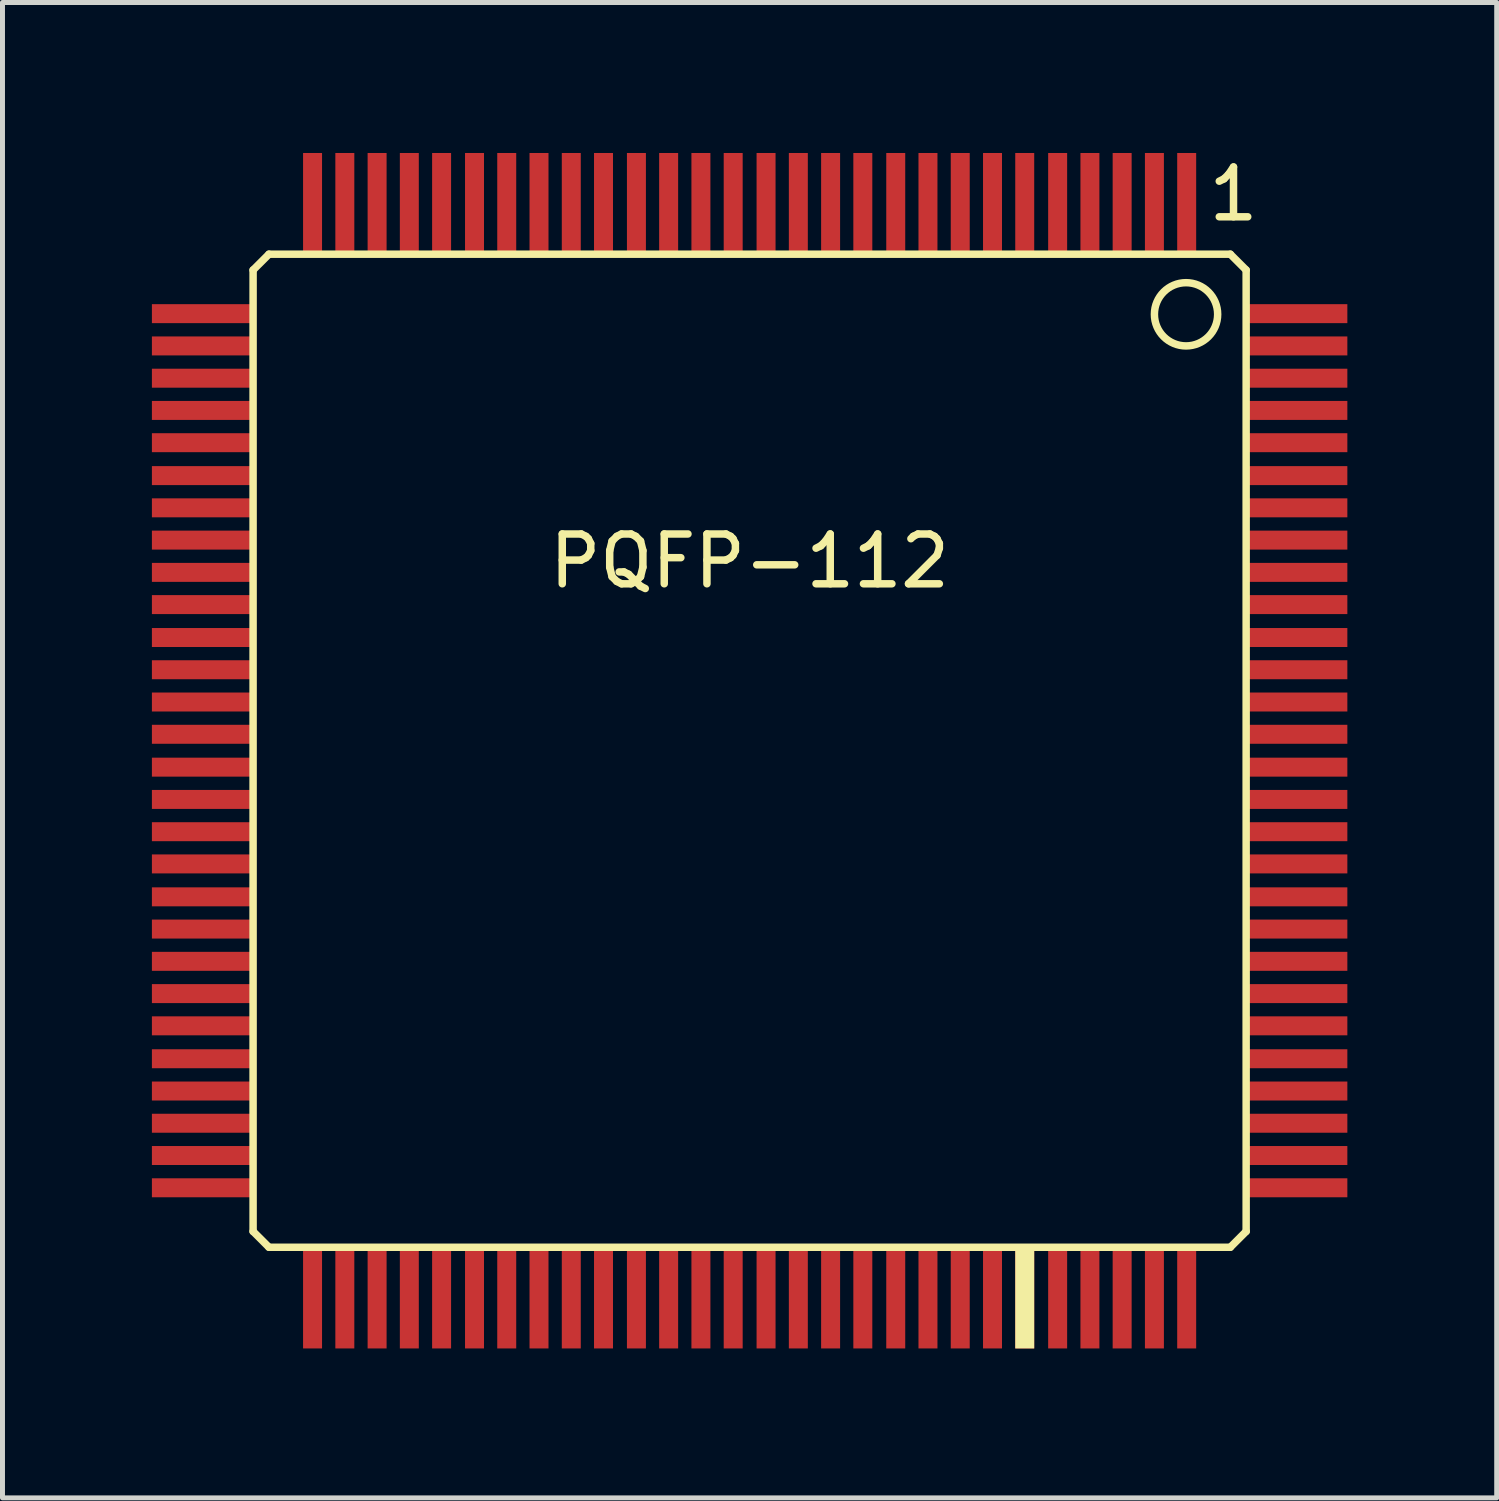
<source format=kicad_pcb>
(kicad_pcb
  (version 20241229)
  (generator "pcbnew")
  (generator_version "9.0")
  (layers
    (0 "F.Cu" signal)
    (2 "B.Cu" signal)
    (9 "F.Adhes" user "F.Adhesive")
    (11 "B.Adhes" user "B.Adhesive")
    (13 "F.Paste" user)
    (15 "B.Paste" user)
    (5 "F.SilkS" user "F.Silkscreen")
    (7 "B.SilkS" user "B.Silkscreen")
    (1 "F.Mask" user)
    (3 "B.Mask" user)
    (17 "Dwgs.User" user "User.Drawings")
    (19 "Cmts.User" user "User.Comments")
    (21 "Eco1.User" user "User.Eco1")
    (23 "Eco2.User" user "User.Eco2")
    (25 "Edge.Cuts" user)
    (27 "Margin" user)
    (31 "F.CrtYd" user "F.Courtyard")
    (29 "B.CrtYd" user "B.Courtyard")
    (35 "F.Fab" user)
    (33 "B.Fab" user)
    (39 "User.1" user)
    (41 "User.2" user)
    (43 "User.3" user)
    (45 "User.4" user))
  (footprint "PQFP-112"
    (layer "F.Cu")
    (at 12.002 12.024)
    (property "Reference" "PQFP-112" (at 0 -3.807 0) (layer "F.SilkS") (effects (font (size 1 1) (thickness 0.15))))
    (attr smd)
    (fp_line (start -9.97 -9.652) (end -9.97 9.652) (stroke (width 0.15) (type solid)) (layer "F.SilkS"))
    (fp_line (start -9.97 -9.652) (end -9.652 -9.97) (stroke (width 0.15) (type solid)) (layer "F.SilkS"))
    (fp_line (start -9.97 9.652) (end -9.652 9.97) (stroke (width 0.15) (type solid)) (layer "F.SilkS"))
    (fp_line (start -9.652 -9.97) (end 9.652 -9.97) (stroke (width 0.15) (type solid)) (layer "F.SilkS"))
    (fp_line (start 9.652 9.97) (end -9.652 9.97) (stroke (width 0.15) (type solid)) (layer "F.SilkS"))
    (fp_line (start 9.97 -9.652) (end 9.652 -9.97) (stroke (width 0.15) (type solid)) (layer "F.SilkS"))
    (fp_line (start 9.97 9.652) (end 9.652 9.97) (stroke (width 0.15) (type solid)) (layer "F.SilkS"))
    (fp_line (start 9.97 9.652) (end 9.97 -9.652) (stroke (width 0.15) (type solid)) (layer "F.SilkS"))
    (fp_circle (center 8.763 -8.763) (end 8.763 -8.128) (stroke (width 0.15) (type solid)) (fill no) (layer "F.SilkS"))
    (fp_text user "1" (at 9.716 -11.176 0) (layer "F.SilkS") (effects (font (size 1 1) (thickness 0.15))))
    (pad "1" smd rect (at 8.776 -10.986 90) (size 2.032 0.381) (layers "F.Cu" "F.Mask" "F.Paste"))
    (pad "2" smd rect (at 8.128 -10.986 90) (size 2.032 0.381) (layers "F.Cu" "F.Mask" "F.Paste"))
    (pad "3" smd rect (at 7.48 -10.986 90) (size 2.032 0.381) (layers "F.Cu" "F.Mask" "F.Paste"))
    (pad "4" smd rect (at 6.833 -10.986 90) (size 2.032 0.381) (layers "F.Cu" "F.Mask" "F.Paste"))
    (pad "5" smd rect (at 6.185 -10.986 90) (size 2.032 0.381) (layers "F.Cu" "F.Mask" "F.Paste"))
    (pad "6" smd rect (at 5.524 -10.986 90) (size 2.032 0.381) (layers "F.Cu" "F.Mask" "F.Paste"))
    (pad "7" smd rect (at 4.877 -10.986 90) (size 2.032 0.381) (layers "F.Cu" "F.Mask" "F.Paste"))
    (pad "8" smd rect (at 4.229 -10.986 90) (size 2.032 0.381) (layers "F.Cu" "F.Mask" "F.Paste"))
    (pad "9" smd rect (at 3.581 -10.986 90) (size 2.032 0.381) (layers "F.Cu" "F.Mask" "F.Paste"))
    (pad "10" smd rect (at 2.934 -10.986 90) (size 2.032 0.381) (layers "F.Cu" "F.Mask" "F.Paste"))
    (pad "11" smd rect (at 2.273 -10.986 90) (size 2.032 0.381) (layers "F.Cu" "F.Mask" "F.Paste"))
    (pad "12" smd rect (at 1.626 -10.986 90) (size 2.032 0.381) (layers "F.Cu" "F.Mask" "F.Paste"))
    (pad "13" smd rect (at 0.978 -10.986 90) (size 2.032 0.381) (layers "F.Cu" "F.Mask" "F.Paste"))
    (pad "14" smd rect (at 0.33 -10.986 90) (size 2.032 0.381) (layers "F.Cu" "F.Mask" "F.Paste"))
    (pad "15" smd rect (at -0.33 -10.986 90) (size 2.032 0.381) (layers "F.Cu" "F.Mask" "F.Paste"))
    (pad "16" smd rect (at -0.978 -10.986 90) (size 2.032 0.381) (layers "F.Cu" "F.Mask" "F.Paste"))
    (pad "17" smd rect (at -1.626 -10.986 90) (size 2.032 0.381) (layers "F.Cu" "F.Mask" "F.Paste"))
    (pad "18" smd rect (at -2.273 -10.986 90) (size 2.032 0.381) (layers "F.Cu" "F.Mask" "F.Paste"))
    (pad "19" smd rect (at -2.934 -10.986 90) (size 2.032 0.381) (layers "F.Cu" "F.Mask" "F.Paste"))
    (pad "20" smd rect (at -3.581 -10.986 90) (size 2.032 0.381) (layers "F.Cu" "F.Mask" "F.Paste"))
    (pad "21" smd rect (at -4.229 -10.986 90) (size 2.032 0.381) (layers "F.Cu" "F.Mask" "F.Paste"))
    (pad "22" smd rect (at -4.877 -10.986 90) (size 2.032 0.381) (layers "F.Cu" "F.Mask" "F.Paste"))
    (pad "23" smd rect (at -5.524 -10.986 90) (size 2.032 0.381) (layers "F.Cu" "F.Mask" "F.Paste"))
    (pad "24" smd rect (at -6.185 -10.986 90) (size 2.032 0.381) (layers "F.Cu" "F.Mask" "F.Paste"))
    (pad "25" smd rect (at -6.833 -10.986 90) (size 2.032 0.381) (layers "F.Cu" "F.Mask" "F.Paste"))
    (pad "26" smd rect (at -7.48 -10.986 90) (size 2.032 0.381) (layers "F.Cu" "F.Mask" "F.Paste"))
    (pad "27" smd rect (at -8.128 -10.986 90) (size 2.032 0.381) (layers "F.Cu" "F.Mask" "F.Paste"))
    (pad "28" smd rect (at -8.776 -10.986 90) (size 2.032 0.381) (layers "F.Cu" "F.Mask" "F.Paste"))
    (pad "29" smd rect (at -10.986 -8.776) (size 2.032 0.381) (layers "F.Cu" "F.Mask" "F.Paste"))
    (pad "30" smd rect (at -10.986 -8.128) (size 2.032 0.381) (layers "F.Cu" "F.Mask" "F.Paste"))
    (pad "31" smd rect (at -10.986 -7.48) (size 2.032 0.381) (layers "F.Cu" "F.Mask" "F.Paste"))
    (pad "32" smd rect (at -10.986 -6.833) (size 2.032 0.381) (layers "F.Cu" "F.Mask" "F.Paste"))
    (pad "33" smd rect (at -10.986 -6.185) (size 2.032 0.381) (layers "F.Cu" "F.Mask" "F.Paste"))
    (pad "34" smd rect (at -10.986 -5.524) (size 2.032 0.381) (layers "F.Cu" "F.Mask" "F.Paste"))
    (pad "35" smd rect (at -10.986 -4.877) (size 2.032 0.381) (layers "F.Cu" "F.Mask" "F.Paste"))
    (pad "36" smd rect (at -10.986 -4.229) (size 2.032 0.381) (layers "F.Cu" "F.Mask" "F.Paste"))
    (pad "37" smd rect (at -10.986 -3.581) (size 2.032 0.381) (layers "F.Cu" "F.Mask" "F.Paste"))
    (pad "38" smd rect (at -10.986 -2.934) (size 2.032 0.381) (layers "F.Cu" "F.Mask" "F.Paste"))
    (pad "39" smd rect (at -10.986 -2.273) (size 2.032 0.381) (layers "F.Cu" "F.Mask" "F.Paste"))
    (pad "40" smd rect (at -10.986 -1.626) (size 2.032 0.381) (layers "F.Cu" "F.Mask" "F.Paste"))
    (pad "41" smd rect (at -10.986 -0.978) (size 2.032 0.381) (layers "F.Cu" "F.Mask" "F.Paste"))
    (pad "42" smd rect (at -10.986 -0.33) (size 2.032 0.381) (layers "F.Cu" "F.Mask" "F.Paste"))
    (pad "43" smd rect (at -10.986 0.33) (size 2.032 0.381) (layers "F.Cu" "F.Mask" "F.Paste"))
    (pad "44" smd rect (at -10.986 0.978) (size 2.032 0.381) (layers "F.Cu" "F.Mask" "F.Paste"))
    (pad "45" smd rect (at -10.986 1.626) (size 2.032 0.381) (layers "F.Cu" "F.Mask" "F.Paste"))
    (pad "46" smd rect (at -10.986 2.273) (size 2.032 0.381) (layers "F.Cu" "F.Mask" "F.Paste"))
    (pad "47" smd rect (at -10.986 2.934) (size 2.032 0.381) (layers "F.Cu" "F.Mask" "F.Paste"))
    (pad "48" smd rect (at -10.986 3.581) (size 2.032 0.381) (layers "F.Cu" "F.Mask" "F.Paste"))
    (pad "49" smd rect (at -10.986 4.229) (size 2.032 0.381) (layers "F.Cu" "F.Mask" "F.Paste"))
    (pad "50" smd rect (at -10.986 4.877) (size 2.032 0.381) (layers "F.Cu" "F.Mask" "F.Paste"))
    (pad "51" smd rect (at -10.986 5.524) (size 2.032 0.381) (layers "F.Cu" "F.Mask" "F.Paste"))
    (pad "52" smd rect (at -10.986 6.185) (size 2.032 0.381) (layers "F.Cu" "F.Mask" "F.Paste"))
    (pad "53" smd rect (at -10.986 6.833) (size 2.032 0.381) (layers "F.Cu" "F.Mask" "F.Paste"))
    (pad "54" smd rect (at -10.986 7.48) (size 2.032 0.381) (layers "F.Cu" "F.Mask" "F.Paste"))
    (pad "55" smd rect (at -10.986 8.128) (size 2.032 0.381) (layers "F.Cu" "F.Mask" "F.Paste"))
    (pad "56" smd rect (at -10.986 8.776) (size 2.032 0.381) (layers "F.Cu" "F.Mask" "F.Paste"))
    (pad "57" smd rect (at -8.776 10.986 90) (size 2.032 0.381) (layers "F.Cu" "F.Mask" "F.Paste"))
    (pad "58" smd rect (at -8.128 10.986 90) (size 2.032 0.381) (layers "F.Cu" "F.Mask" "F.Paste"))
    (pad "59" smd rect (at -7.48 10.986 90) (size 2.032 0.381) (layers "F.Cu" "F.Mask" "F.Paste"))
    (pad "60" smd rect (at -6.833 10.986 90) (size 2.032 0.381) (layers "F.Cu" "F.Mask" "F.Paste"))
    (pad "61" smd rect (at -6.185 10.986 90) (size 2.032 0.381) (layers "F.Cu" "F.Mask" "F.Paste"))
    (pad "62" smd rect (at -5.524 10.986 90) (size 2.032 0.381) (layers "F.Cu" "F.Mask" "F.Paste"))
    (pad "63" smd rect (at -4.877 10.986 90) (size 2.032 0.381) (layers "F.Cu" "F.Mask" "F.Paste"))
    (pad "64" smd rect (at -4.229 10.986 90) (size 2.032 0.381) (layers "F.Cu" "F.Mask" "F.Paste"))
    (pad "65" smd rect (at -3.581 10.986 90) (size 2.032 0.381) (layers "F.Cu" "F.Mask" "F.Paste"))
    (pad "66" smd rect (at -2.934 10.986 90) (size 2.032 0.381) (layers "F.Cu" "F.Mask" "F.Paste"))
    (pad "67" smd rect (at -2.273 10.986 90) (size 2.032 0.381) (layers "F.Cu" "F.Mask" "F.Paste"))
    (pad "68" smd rect (at -1.626 10.986 90) (size 2.032 0.381) (layers "F.Cu" "F.Mask" "F.Paste"))
    (pad "69" smd rect (at -0.978 10.986 90) (size 2.032 0.381) (layers "F.Cu" "F.Mask" "F.Paste"))
    (pad "70" smd rect (at -0.33 10.986 90) (size 2.032 0.381) (layers "F.Cu" "F.Mask" "F.Paste"))
    (pad "71" smd rect (at 0.33 10.986 90) (size 2.032 0.381) (layers "F.Cu" "F.Mask" "F.Paste"))
    (pad "72" smd rect (at 0.978 10.986 90) (size 2.032 0.381) (layers "F.Cu" "F.Mask" "F.Paste"))
    (pad "73" smd rect (at 1.626 10.986 90) (size 2.032 0.381) (layers "F.Cu" "F.Mask" "F.Paste"))
    (pad "74" smd rect (at 2.273 10.986 90) (size 2.032 0.381) (layers "F.Cu" "F.Mask" "F.Paste"))
    (pad "75" smd rect (at 2.934 10.986 90) (size 2.032 0.381) (layers "F.Cu" "F.Mask" "F.Paste"))
    (pad "76" smd rect (at 3.581 10.986 90) (size 2.032 0.381) (layers "F.Cu" "F.Mask" "F.Paste"))
    (pad "77" smd rect (at 4.229 10.986 90) (size 2.032 0.381) (layers "F.Cu" "F.Mask" "F.Paste"))
    (pad "78" smd rect (at 4.877 10.986 90) (size 2.032 0.381) (layers "F.Cu" "F.Mask" "F.Paste"))
    (pad "79" smd rect (at 5.524 10.986 90) (size 2.032 0.381) (layers "F.Cu" "F.Mask" "F.SilkS" "F.Paste"))
    (pad "80" smd rect (at 6.185 10.986 90) (size 2.032 0.381) (layers "F.Cu" "F.Mask" "F.Paste"))
    (pad "81" smd rect (at 6.833 10.986 90) (size 2.032 0.381) (layers "F.Cu" "F.Mask" "F.Paste"))
    (pad "82" smd rect (at 7.48 10.986 90) (size 2.032 0.381) (layers "F.Cu" "F.Mask" "F.Paste"))
    (pad "83" smd rect (at 8.128 10.986 90) (size 2.032 0.381) (layers "F.Cu" "F.Mask" "F.Paste"))
    (pad "84" smd rect (at 8.776 10.986 90) (size 2.032 0.381) (layers "F.Cu" "F.Mask" "F.Paste"))
    (pad "85" smd rect (at 10.986 8.776) (size 2.032 0.381) (layers "F.Cu" "F.Mask" "F.Paste"))
    (pad "86" smd rect (at 10.986 8.128) (size 2.032 0.381) (layers "F.Cu" "F.Mask" "F.Paste"))
    (pad "87" smd rect (at 10.986 7.48) (size 2.032 0.381) (layers "F.Cu" "F.Mask" "F.Paste"))
    (pad "88" smd rect (at 10.986 6.833) (size 2.032 0.381) (layers "F.Cu" "F.Mask" "F.Paste"))
    (pad "89" smd rect (at 10.986 6.185) (size 2.032 0.381) (layers "F.Cu" "F.Mask" "F.Paste"))
    (pad "90" smd rect (at 10.986 5.524) (size 2.032 0.381) (layers "F.Cu" "F.Mask" "F.Paste"))
    (pad "91" smd rect (at 10.986 4.877) (size 2.032 0.381) (layers "F.Cu" "F.Mask" "F.Paste"))
    (pad "92" smd rect (at 10.986 4.229) (size 2.032 0.381) (layers "F.Cu" "F.Mask" "F.Paste"))
    (pad "93" smd rect (at 10.986 3.581) (size 2.032 0.381) (layers "F.Cu" "F.Mask" "F.Paste"))
    (pad "94" smd rect (at 10.986 2.934) (size 2.032 0.381) (layers "F.Cu" "F.Mask" "F.Paste"))
    (pad "95" smd rect (at 10.986 2.273) (size 2.032 0.381) (layers "F.Cu" "F.Mask" "F.Paste"))
    (pad "96" smd rect (at 10.986 1.626) (size 2.032 0.381) (layers "F.Cu" "F.Mask" "F.Paste"))
    (pad "97" smd rect (at 10.986 0.978) (size 2.032 0.381) (layers "F.Cu" "F.Mask" "F.Paste"))
    (pad "98" smd rect (at 10.986 0.33) (size 2.032 0.381) (layers "F.Cu" "F.Mask" "F.Paste"))
    (pad "99" smd rect (at 10.986 -0.33) (size 2.032 0.381) (layers "F.Cu" "F.Mask" "F.Paste"))
    (pad "100" smd rect (at 10.986 -0.978) (size 2.032 0.381) (layers "F.Cu" "F.Mask" "F.Paste"))
    (pad "101" smd rect (at 10.986 -1.626) (size 2.032 0.381) (layers "F.Cu" "F.Mask" "F.Paste"))
    (pad "102" smd rect (at 10.986 -2.273) (size 2.032 0.381) (layers "F.Cu" "F.Mask" "F.Paste"))
    (pad "103" smd rect (at 10.986 -2.934) (size 2.032 0.381) (layers "F.Cu" "F.Mask" "F.Paste"))
    (pad "104" smd rect (at 10.986 -3.581) (size 2.032 0.381) (layers "F.Cu" "F.Mask" "F.Paste"))
    (pad "105" smd rect (at 10.986 -4.229) (size 2.032 0.381) (layers "F.Cu" "F.Mask" "F.Paste"))
    (pad "106" smd rect (at 10.986 -4.877) (size 2.032 0.381) (layers "F.Cu" "F.Mask" "F.Paste"))
    (pad "107" smd rect (at 10.986 -5.524) (size 2.032 0.381) (layers "F.Cu" "F.Mask" "F.Paste"))
    (pad "108" smd rect (at 10.986 -6.185) (size 2.032 0.381) (layers "F.Cu" "F.Mask" "F.Paste"))
    (pad "109" smd rect (at 10.986 -6.833) (size 2.032 0.381) (layers "F.Cu" "F.Mask" "F.Paste"))
    (pad "110" smd rect (at 10.986 -7.48) (size 2.032 0.381) (layers "F.Cu" "F.Mask" "F.Paste"))
    (pad "111" smd rect (at 10.986 -8.128) (size 2.032 0.381) (layers "F.Cu" "F.Mask" "F.Paste"))
    (pad "112" smd rect (at 10.986 -8.776) (size 2.032 0.381) (layers "F.Cu" "F.Mask" "F.Paste")))
  (gr_rect
    (start -3 -3)
    (end 27.003 27.026)
    (stroke (width 0.1) (type default))
    (fill no)
    (layer "Edge.Cuts")))
</source>
